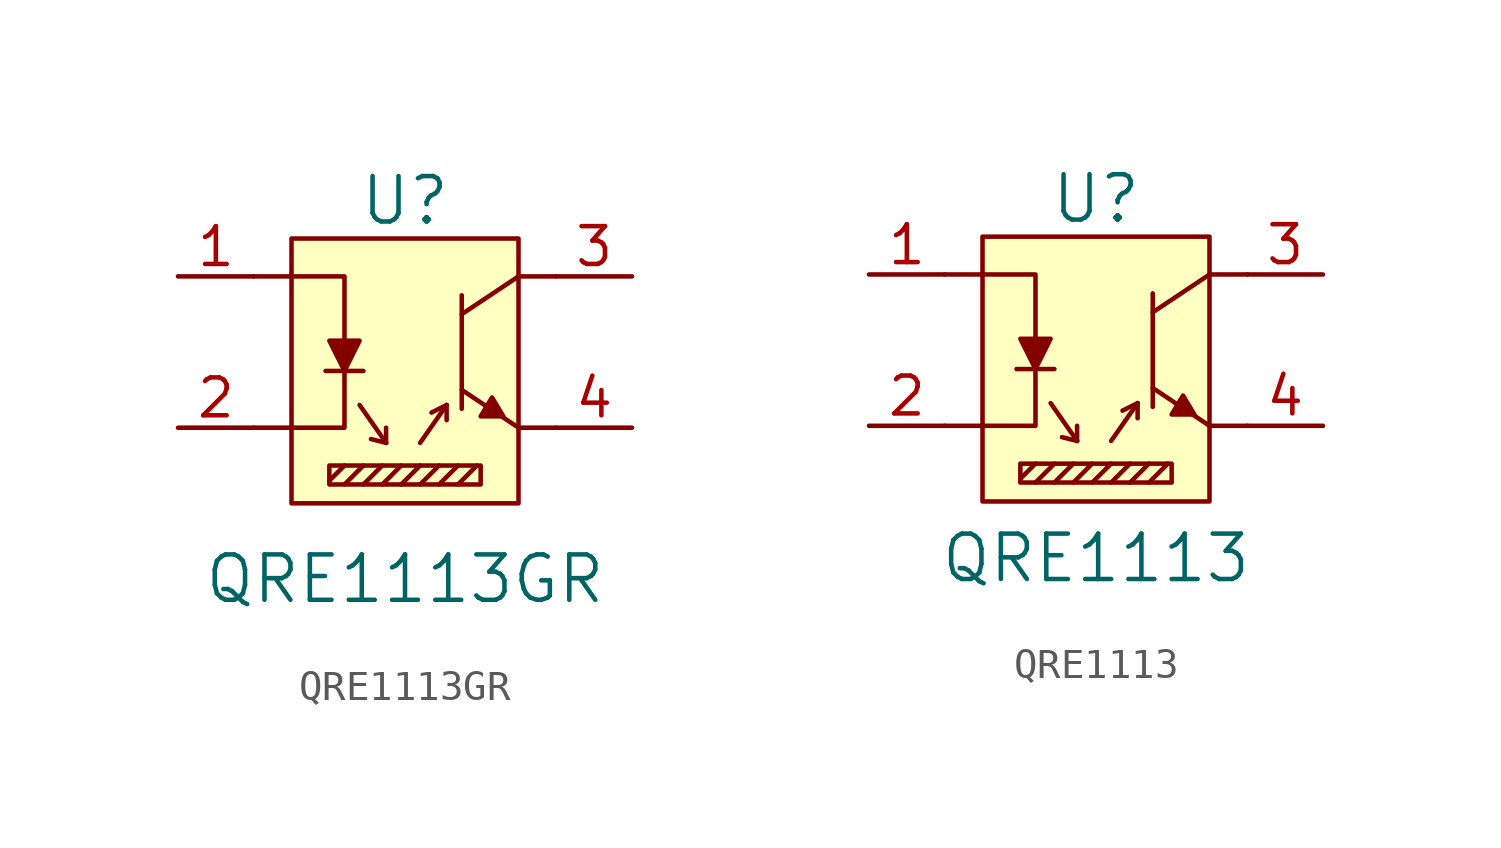
<source format=kicad_sym>
(kicad_symbol_lib
  (version 20211014)
  (generator kicad_symbol_editor)
  (symbol "QRE1113GR"
    (pin_names
      (offset 0))
    (property "Reference" "U"
      (at 0 5.08 0)
      (effects (font (size 1.524 1.524))))
    (property "Value" "QRE1113GR"
      (at 0 -7.62 0)
      (effects (font (size 1.524 1.524))))
    (symbol "QRE1113GR_0_1"
      (rectangle (start -3.81 3.81) (end 3.81 -5.08) (stroke (width 0) (type default) (color 0 0 0 0)) (fill (type background)))
      (rectangle (start -2.54 -3.81) (end 2.54 -4.445) (stroke (width 0) (type default) (color 0 0 0 0)) (fill (type none)))
      (polyline (pts (xy -2.667 -0.635) (xy -1.397 -0.635)) (stroke (width 0) (type default) (color 0 0 0 0)) (fill (type none)))
      (polyline (pts (xy -2.54 -4.318) (xy -2.032 -3.81)) (stroke (width 0) (type default) (color 0 0 0 0)) (fill (type none)))
      (polyline (pts (xy -2.032 -4.445) (xy -1.397 -3.81)) (stroke (width 0) (type default) (color 0 0 0 0)) (fill (type none)))
      (polyline (pts (xy -1.524 -1.778) (xy -0.635 -3.048)) (stroke (width 0) (type default) (color 0 0 0 0)) (fill (type none)))
      (polyline (pts (xy -1.397 -4.445) (xy -0.762 -3.81)) (stroke (width 0) (type default) (color 0 0 0 0)) (fill (type none)))
      (polyline (pts (xy -0.762 -4.445) (xy -0.127 -3.81)) (stroke (width 0) (type default) (color 0 0 0 0)) (fill (type none)))
      (polyline (pts (xy -0.635 -3.048) (xy -1.143 -2.921)) (stroke (width 0) (type default) (color 0 0 0 0)) (fill (type none)))
      (polyline (pts (xy -0.635 -3.048) (xy -0.635 -2.54)) (stroke (width 0) (type default) (color 0 0 0 0)) (fill (type none)))
      (polyline (pts (xy -0.127 -4.445) (xy 0.508 -3.81)) (stroke (width 0) (type default) (color 0 0 0 0)) (fill (type none)))
      (polyline (pts (xy 0.508 -4.445) (xy 1.143 -3.81)) (stroke (width 0) (type default) (color 0 0 0 0)) (fill (type none)))
      (polyline (pts (xy 0.508 -3.048) (xy 1.397 -1.778)) (stroke (width 0) (type default) (color 0 0 0 0)) (fill (type none)))
      (polyline (pts (xy 1.143 -4.445) (xy 1.778 -3.81)) (stroke (width 0) (type default) (color 0 0 0 0)) (fill (type none)))
      (polyline (pts (xy 1.397 -1.778) (xy 0.889 -2.032)) (stroke (width 0) (type default) (color 0 0 0 0)) (fill (type none)))
      (polyline (pts (xy 1.397 -1.778) (xy 1.397 -2.286)) (stroke (width 0) (type default) (color 0 0 0 0)) (fill (type none)))
      (polyline (pts (xy 1.778 -4.445) (xy 2.413 -3.81)) (stroke (width 0) (type default) (color 0 0 0 0)) (fill (type none)))
      (polyline (pts (xy 1.905 -1.27) (xy 3.81 -2.54)) (stroke (width 0) (type default) (color 0 0 0 0)) (fill (type none)))
      (polyline (pts (xy 1.905 1.905) (xy 1.905 -1.905)) (stroke (width 0) (type default) (color 0 0 0 0)) (fill (type none)))
      (polyline (pts (xy 3.81 -2.54) (xy 5.08 -2.54)) (stroke (width 0) (type default) (color 0 0 0 0)) (fill (type none)))
      (polyline (pts (xy 3.81 2.54) (xy 1.905 1.27)) (stroke (width 0) (type default) (color 0 0 0 0)) (fill (type none)))
      (polyline (pts (xy 3.81 2.54) (xy 5.08 2.54)) (stroke (width 0) (type default) (color 0 0 0 0)) (fill (type none)))
      (polyline (pts (xy -5.08 2.54) (xy -2.032 2.54) (xy -2.032 0.381)) (stroke (width 0) (type default) (color 0 0 0 0)) (fill (type none)))
      (polyline (pts (xy -2.032 -0.635) (xy -2.032 -2.54) (xy -5.08 -2.54)) (stroke (width 0) (type default) (color 0 0 0 0)) (fill (type none)))
      (polyline (pts (xy -2.54 0.381) (xy -1.524 0.381) (xy -2.032 -0.635) (xy -2.54 0.381)) (stroke (width 0) (type default) (color 0 0 0 0)) (fill (type outline)))
      (polyline (pts (xy 2.921 -1.524) (xy 2.54 -2.159) (xy 3.302 -2.159) (xy 2.921 -1.524)) (stroke (width 0) (type default) (color 0 0 0 0)) (fill (type outline))))
    (symbol "QRE1113GR_1_1"
      (pin passive line (at -7.62 2.54 0) (length 2.54) (name "~" (effects (font (size 1.27 1.27)))) (number "1" (effects (font (size 1.27 1.27)))))
      (pin passive line (at -7.62 -2.54 0) (length 2.54) (name "~" (effects (font (size 1.27 1.27)))) (number "2" (effects (font (size 1.27 1.27)))))
      (pin passive line (at 7.62 2.54 180) (length 2.54) (name "~" (effects (font (size 1.27 1.27)))) (number "3" (effects (font (size 1.27 1.27)))))
      (pin passive line (at 7.62 -2.54 180) (length 2.54) (name "~" (effects (font (size 1.27 1.27)))) (number "4" (effects (font (size 1.27 1.27)))))))
  (symbol "QRE1113"
    (pin_names
      (offset 0))
    (property "Reference" "U"
      (at 0 5.08 0)
      (effects (font (size 1.524 1.524))))
    (property "Value" "QRE1113"
      (at 0 -6.985 0)
      (effects (font (size 1.524 1.524))))
    (symbol "QRE1113_0_1"
      (rectangle (start -3.81 3.81) (end 3.81 -5.08) (stroke (width 0) (type default) (color 0 0 0 0)) (fill (type background)))
      (rectangle (start -2.54 -3.81) (end 2.54 -4.445) (stroke (width 0) (type default) (color 0 0 0 0)) (fill (type none)))
      (polyline (pts (xy -2.667 -0.635) (xy -1.397 -0.635)) (stroke (width 0) (type default) (color 0 0 0 0)) (fill (type none)))
      (polyline (pts (xy -2.54 -4.318) (xy -2.032 -3.81)) (stroke (width 0) (type default) (color 0 0 0 0)) (fill (type none)))
      (polyline (pts (xy -2.032 -4.445) (xy -1.397 -3.81)) (stroke (width 0) (type default) (color 0 0 0 0)) (fill (type none)))
      (polyline (pts (xy -1.524 -1.778) (xy -0.635 -3.048)) (stroke (width 0) (type default) (color 0 0 0 0)) (fill (type none)))
      (polyline (pts (xy -1.397 -4.445) (xy -0.762 -3.81)) (stroke (width 0) (type default) (color 0 0 0 0)) (fill (type none)))
      (polyline (pts (xy -0.762 -4.445) (xy -0.127 -3.81)) (stroke (width 0) (type default) (color 0 0 0 0)) (fill (type none)))
      (polyline (pts (xy -0.635 -3.048) (xy -1.143 -2.921)) (stroke (width 0) (type default) (color 0 0 0 0)) (fill (type none)))
      (polyline (pts (xy -0.635 -3.048) (xy -0.635 -2.54)) (stroke (width 0) (type default) (color 0 0 0 0)) (fill (type none)))
      (polyline (pts (xy -0.127 -4.445) (xy 0.508 -3.81)) (stroke (width 0) (type default) (color 0 0 0 0)) (fill (type none)))
      (polyline (pts (xy 0.508 -4.445) (xy 1.143 -3.81)) (stroke (width 0) (type default) (color 0 0 0 0)) (fill (type none)))
      (polyline (pts (xy 0.508 -3.048) (xy 1.397 -1.778)) (stroke (width 0) (type default) (color 0 0 0 0)) (fill (type none)))
      (polyline (pts (xy 1.143 -4.445) (xy 1.778 -3.81)) (stroke (width 0) (type default) (color 0 0 0 0)) (fill (type none)))
      (polyline (pts (xy 1.397 -1.778) (xy 0.889 -2.032)) (stroke (width 0) (type default) (color 0 0 0 0)) (fill (type none)))
      (polyline (pts (xy 1.397 -1.778) (xy 1.397 -2.286)) (stroke (width 0) (type default) (color 0 0 0 0)) (fill (type none)))
      (polyline (pts (xy 1.778 -4.445) (xy 2.413 -3.81)) (stroke (width 0) (type default) (color 0 0 0 0)) (fill (type none)))
      (polyline (pts (xy 1.905 -1.27) (xy 3.81 -2.54)) (stroke (width 0) (type default) (color 0 0 0 0)) (fill (type none)))
      (polyline (pts (xy 1.905 1.905) (xy 1.905 -1.905)) (stroke (width 0) (type default) (color 0 0 0 0)) (fill (type none)))
      (polyline (pts (xy 3.81 -2.54) (xy 5.08 -2.54)) (stroke (width 0) (type default) (color 0 0 0 0)) (fill (type none)))
      (polyline (pts (xy 3.81 2.54) (xy 1.905 1.27)) (stroke (width 0) (type default) (color 0 0 0 0)) (fill (type none)))
      (polyline (pts (xy 3.81 2.54) (xy 5.08 2.54)) (stroke (width 0) (type default) (color 0 0 0 0)) (fill (type none)))
      (polyline (pts (xy -5.08 2.54) (xy -2.032 2.54) (xy -2.032 0.381)) (stroke (width 0) (type default) (color 0 0 0 0)) (fill (type none)))
      (polyline (pts (xy -2.032 -0.635) (xy -2.032 -2.54) (xy -5.08 -2.54)) (stroke (width 0) (type default) (color 0 0 0 0)) (fill (type none)))
      (polyline (pts (xy -2.54 0.381) (xy -1.524 0.381) (xy -2.032 -0.635) (xy -2.54 0.381)) (stroke (width 0) (type default) (color 0 0 0 0)) (fill (type outline)))
      (polyline (pts (xy 2.921 -1.524) (xy 2.54 -2.159) (xy 3.302 -2.159) (xy 2.921 -1.524)) (stroke (width 0) (type default) (color 0 0 0 0)) (fill (type outline))))
    (symbol "QRE1113_1_1"
      (pin passive line (at -7.62 2.54 0) (length 2.54) (name "~" (effects (font (size 1.27 1.27)))) (number "1" (effects (font (size 1.27 1.27)))))
      (pin passive line (at -7.62 -2.54 0) (length 2.54) (name "~" (effects (font (size 1.27 1.27)))) (number "2" (effects (font (size 1.27 1.27)))))
      (pin passive line (at 7.62 2.54 180) (length 2.54) (name "~" (effects (font (size 1.27 1.27)))) (number "3" (effects (font (size 1.27 1.27)))))
      (pin passive line (at 7.62 -2.54 180) (length 2.54) (name "~" (effects (font (size 1.27 1.27)))) (number "4" (effects (font (size 1.27 1.27))))))))
</source>
